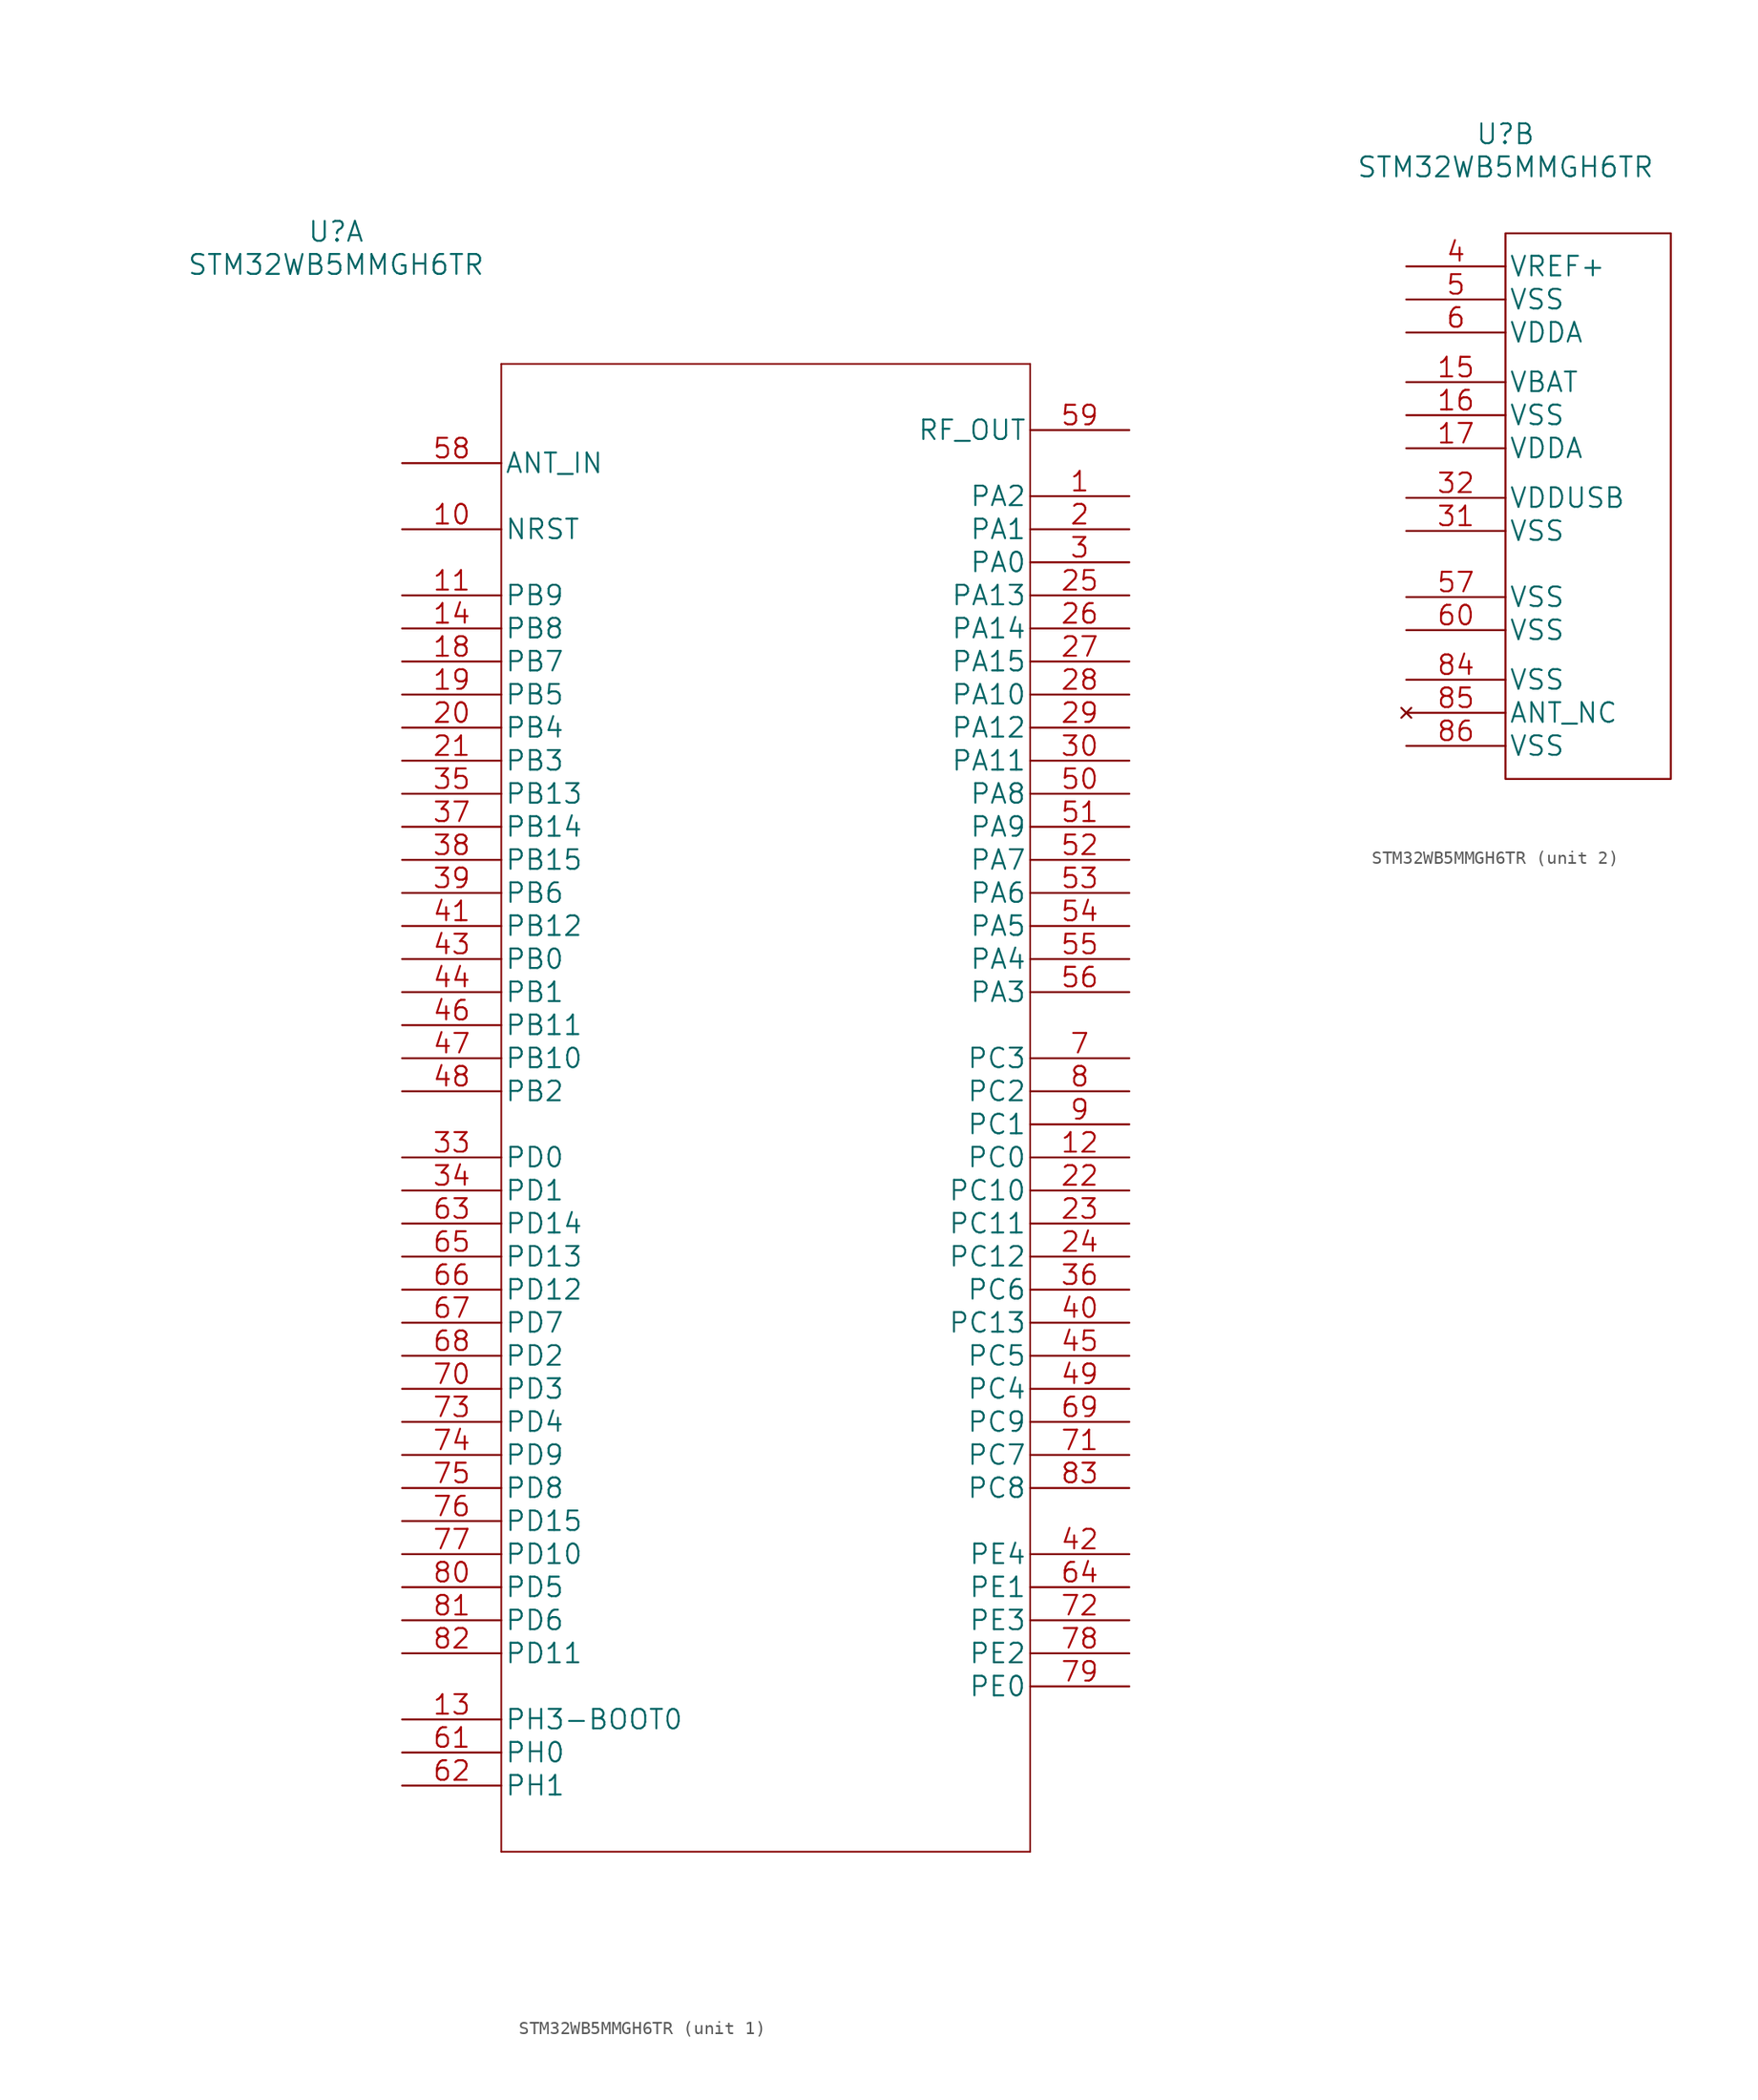
<source format=kicad_sym>
(kicad_symbol_lib
  (version 20211014)
  (generator kicad_symbol_editor)
  (symbol "STM32WB5MMGH6TR"
    (pin_names
      (offset 0.254))
    (property "Reference" "U"
      (at -5.08 17.78 0)
      (effects (font (size 1.524 1.524))))
    (property "Value" "STM32WB5MMGH6TR"
      (at -5.08 15.24 0)
      (effects (font (size 1.524 1.524))))
    (property "Datasheet" ""
      (at -19.05 5.08 0)
      (effects (font (size 1.524 1.524))))
    (property "ki_locked" ""
      (at 0 0 0)
      (effects (font (size 1.27 1.27))))
    (symbol "STM32WB5MMGH6TR_1_1"
      (polyline (pts (xy 7.62 -106.68) (xy 48.26 -106.68)) (stroke (width 0.127) (type default) (color 0 0 0 0)) (fill (type none)))
      (polyline (pts (xy 7.62 7.62) (xy 7.62 -106.68)) (stroke (width 0.127) (type default) (color 0 0 0 0)) (fill (type none)))
      (polyline (pts (xy 48.26 -106.68) (xy 48.26 7.62)) (stroke (width 0.127) (type default) (color 0 0 0 0)) (fill (type none)))
      (polyline (pts (xy 48.26 7.62) (xy 7.62 7.62)) (stroke (width 0.127) (type default) (color 0 0 0 0)) (fill (type none)))
      (pin bidirectional line (at 55.88 -2.54 180) (length 7.62) (name "PA2" (effects (font (size 1.499 1.499)))) (number "1" (effects (font (size 1.499 1.499)))))
      (pin bidirectional line (at 0 -5.08 0) (length 7.62) (name "NRST" (effects (font (size 1.499 1.499)))) (number "10" (effects (font (size 1.499 1.499)))))
      (pin bidirectional line (at 0 -10.16 0) (length 7.62) (name "PB9" (effects (font (size 1.499 1.499)))) (number "11" (effects (font (size 1.499 1.499)))))
      (pin bidirectional line (at 55.88 -53.34 180) (length 7.62) (name "PC0" (effects (font (size 1.499 1.499)))) (number "12" (effects (font (size 1.499 1.499)))))
      (pin bidirectional line (at 0 -96.52 0) (length 7.62) (name "PH3-BOOT0" (effects (font (size 1.499 1.499)))) (number "13" (effects (font (size 1.499 1.499)))))
      (pin bidirectional line (at 0 -12.7 0) (length 7.62) (name "PB8" (effects (font (size 1.499 1.499)))) (number "14" (effects (font (size 1.499 1.499)))))
      (pin bidirectional line (at 0 -15.24 0) (length 7.62) (name "PB7" (effects (font (size 1.499 1.499)))) (number "18" (effects (font (size 1.499 1.499)))))
      (pin bidirectional line (at 0 -17.78 0) (length 7.62) (name "PB5" (effects (font (size 1.499 1.499)))) (number "19" (effects (font (size 1.499 1.499)))))
      (pin bidirectional line (at 55.88 -5.08 180) (length 7.62) (name "PA1" (effects (font (size 1.499 1.499)))) (number "2" (effects (font (size 1.499 1.499)))))
      (pin bidirectional line (at 0 -20.32 0) (length 7.62) (name "PB4" (effects (font (size 1.499 1.499)))) (number "20" (effects (font (size 1.499 1.499)))))
      (pin bidirectional line (at 0 -22.86 0) (length 7.62) (name "PB3" (effects (font (size 1.499 1.499)))) (number "21" (effects (font (size 1.499 1.499)))))
      (pin bidirectional line (at 55.88 -55.88 180) (length 7.62) (name "PC10" (effects (font (size 1.499 1.499)))) (number "22" (effects (font (size 1.499 1.499)))))
      (pin bidirectional line (at 55.88 -58.42 180) (length 7.62) (name "PC11" (effects (font (size 1.499 1.499)))) (number "23" (effects (font (size 1.499 1.499)))))
      (pin bidirectional line (at 55.88 -60.96 180) (length 7.62) (name "PC12" (effects (font (size 1.499 1.499)))) (number "24" (effects (font (size 1.499 1.499)))))
      (pin bidirectional line (at 55.88 -10.16 180) (length 7.62) (name "PA13" (effects (font (size 1.499 1.499)))) (number "25" (effects (font (size 1.499 1.499)))))
      (pin bidirectional line (at 55.88 -12.7 180) (length 7.62) (name "PA14" (effects (font (size 1.499 1.499)))) (number "26" (effects (font (size 1.499 1.499)))))
      (pin bidirectional line (at 55.88 -15.24 180) (length 7.62) (name "PA15" (effects (font (size 1.499 1.499)))) (number "27" (effects (font (size 1.499 1.499)))))
      (pin bidirectional line (at 55.88 -17.78 180) (length 7.62) (name "PA10" (effects (font (size 1.499 1.499)))) (number "28" (effects (font (size 1.499 1.499)))))
      (pin bidirectional line (at 55.88 -20.32 180) (length 7.62) (name "PA12" (effects (font (size 1.499 1.499)))) (number "29" (effects (font (size 1.499 1.499)))))
      (pin bidirectional line (at 55.88 -7.62 180) (length 7.62) (name "PA0" (effects (font (size 1.499 1.499)))) (number "3" (effects (font (size 1.499 1.499)))))
      (pin bidirectional line (at 55.88 -22.86 180) (length 7.62) (name "PA11" (effects (font (size 1.499 1.499)))) (number "30" (effects (font (size 1.499 1.499)))))
      (pin bidirectional line (at 0 -53.34 0) (length 7.62) (name "PD0" (effects (font (size 1.499 1.499)))) (number "33" (effects (font (size 1.499 1.499)))))
      (pin bidirectional line (at 0 -55.88 0) (length 7.62) (name "PD1" (effects (font (size 1.499 1.499)))) (number "34" (effects (font (size 1.499 1.499)))))
      (pin bidirectional line (at 0 -25.4 0) (length 7.62) (name "PB13" (effects (font (size 1.499 1.499)))) (number "35" (effects (font (size 1.499 1.499)))))
      (pin bidirectional line (at 55.88 -63.5 180) (length 7.62) (name "PC6" (effects (font (size 1.499 1.499)))) (number "36" (effects (font (size 1.499 1.499)))))
      (pin bidirectional line (at 0 -27.94 0) (length 7.62) (name "PB14" (effects (font (size 1.499 1.499)))) (number "37" (effects (font (size 1.499 1.499)))))
      (pin bidirectional line (at 0 -30.48 0) (length 7.62) (name "PB15" (effects (font (size 1.499 1.499)))) (number "38" (effects (font (size 1.499 1.499)))))
      (pin bidirectional line (at 0 -33.02 0) (length 7.62) (name "PB6" (effects (font (size 1.499 1.499)))) (number "39" (effects (font (size 1.499 1.499)))))
      (pin bidirectional line (at 55.88 -66.04 180) (length 7.62) (name "PC13" (effects (font (size 1.499 1.499)))) (number "40" (effects (font (size 1.499 1.499)))))
      (pin bidirectional line (at 0 -35.56 0) (length 7.62) (name "PB12" (effects (font (size 1.499 1.499)))) (number "41" (effects (font (size 1.499 1.499)))))
      (pin bidirectional line (at 55.88 -83.82 180) (length 7.62) (name "PE4" (effects (font (size 1.499 1.499)))) (number "42" (effects (font (size 1.499 1.499)))))
      (pin bidirectional line (at 0 -38.1 0) (length 7.62) (name "PB0" (effects (font (size 1.499 1.499)))) (number "43" (effects (font (size 1.499 1.499)))))
      (pin bidirectional line (at 0 -40.64 0) (length 7.62) (name "PB1" (effects (font (size 1.499 1.499)))) (number "44" (effects (font (size 1.499 1.499)))))
      (pin bidirectional line (at 55.88 -68.58 180) (length 7.62) (name "PC5" (effects (font (size 1.499 1.499)))) (number "45" (effects (font (size 1.499 1.499)))))
      (pin bidirectional line (at 0 -43.18 0) (length 7.62) (name "PB11" (effects (font (size 1.499 1.499)))) (number "46" (effects (font (size 1.499 1.499)))))
      (pin bidirectional line (at 0 -45.72 0) (length 7.62) (name "PB10" (effects (font (size 1.499 1.499)))) (number "47" (effects (font (size 1.499 1.499)))))
      (pin bidirectional line (at 0 -48.26 0) (length 7.62) (name "PB2" (effects (font (size 1.499 1.499)))) (number "48" (effects (font (size 1.499 1.499)))))
      (pin bidirectional line (at 55.88 -71.12 180) (length 7.62) (name "PC4" (effects (font (size 1.499 1.499)))) (number "49" (effects (font (size 1.499 1.499)))))
      (pin bidirectional line (at 55.88 -25.4 180) (length 7.62) (name "PA8" (effects (font (size 1.499 1.499)))) (number "50" (effects (font (size 1.499 1.499)))))
      (pin bidirectional line (at 55.88 -27.94 180) (length 7.62) (name "PA9" (effects (font (size 1.499 1.499)))) (number "51" (effects (font (size 1.499 1.499)))))
      (pin bidirectional line (at 55.88 -30.48 180) (length 7.62) (name "PA7" (effects (font (size 1.499 1.499)))) (number "52" (effects (font (size 1.499 1.499)))))
      (pin bidirectional line (at 55.88 -33.02 180) (length 7.62) (name "PA6" (effects (font (size 1.499 1.499)))) (number "53" (effects (font (size 1.499 1.499)))))
      (pin bidirectional line (at 55.88 -35.56 180) (length 7.62) (name "PA5" (effects (font (size 1.499 1.499)))) (number "54" (effects (font (size 1.499 1.499)))))
      (pin bidirectional line (at 55.88 -38.1 180) (length 7.62) (name "PA4" (effects (font (size 1.499 1.499)))) (number "55" (effects (font (size 1.499 1.499)))))
      (pin bidirectional line (at 55.88 -40.64 180) (length 7.62) (name "PA3" (effects (font (size 1.499 1.499)))) (number "56" (effects (font (size 1.499 1.499)))))
      (pin input line (at 0 0 0) (length 7.62) (name "ANT_IN" (effects (font (size 1.499 1.499)))) (number "58" (effects (font (size 1.499 1.499)))))
      (pin output line (at 55.88 2.54 180) (length 7.62) (name "RF_OUT" (effects (font (size 1.499 1.499)))) (number "59" (effects (font (size 1.499 1.499)))))
      (pin bidirectional line (at 0 -99.06 0) (length 7.62) (name "PH0" (effects (font (size 1.499 1.499)))) (number "61" (effects (font (size 1.499 1.499)))))
      (pin bidirectional line (at 0 -101.6 0) (length 7.62) (name "PH1" (effects (font (size 1.499 1.499)))) (number "62" (effects (font (size 1.499 1.499)))))
      (pin bidirectional line (at 0 -58.42 0) (length 7.62) (name "PD14" (effects (font (size 1.499 1.499)))) (number "63" (effects (font (size 1.499 1.499)))))
      (pin bidirectional line (at 55.88 -86.36 180) (length 7.62) (name "PE1" (effects (font (size 1.499 1.499)))) (number "64" (effects (font (size 1.499 1.499)))))
      (pin bidirectional line (at 0 -60.96 0) (length 7.62) (name "PD13" (effects (font (size 1.499 1.499)))) (number "65" (effects (font (size 1.499 1.499)))))
      (pin bidirectional line (at 0 -63.5 0) (length 7.62) (name "PD12" (effects (font (size 1.499 1.499)))) (number "66" (effects (font (size 1.499 1.499)))))
      (pin bidirectional line (at 0 -66.04 0) (length 7.62) (name "PD7" (effects (font (size 1.499 1.499)))) (number "67" (effects (font (size 1.499 1.499)))))
      (pin bidirectional line (at 0 -68.58 0) (length 7.62) (name "PD2" (effects (font (size 1.499 1.499)))) (number "68" (effects (font (size 1.499 1.499)))))
      (pin bidirectional line (at 55.88 -73.66 180) (length 7.62) (name "PC9" (effects (font (size 1.499 1.499)))) (number "69" (effects (font (size 1.499 1.499)))))
      (pin bidirectional line (at 55.88 -45.72 180) (length 7.62) (name "PC3" (effects (font (size 1.499 1.499)))) (number "7" (effects (font (size 1.499 1.499)))))
      (pin bidirectional line (at 0 -71.12 0) (length 7.62) (name "PD3" (effects (font (size 1.499 1.499)))) (number "70" (effects (font (size 1.499 1.499)))))
      (pin bidirectional line (at 55.88 -76.2 180) (length 7.62) (name "PC7" (effects (font (size 1.499 1.499)))) (number "71" (effects (font (size 1.499 1.499)))))
      (pin bidirectional line (at 55.88 -88.9 180) (length 7.62) (name "PE3" (effects (font (size 1.499 1.499)))) (number "72" (effects (font (size 1.499 1.499)))))
      (pin bidirectional line (at 0 -73.66 0) (length 7.62) (name "PD4" (effects (font (size 1.499 1.499)))) (number "73" (effects (font (size 1.499 1.499)))))
      (pin bidirectional line (at 0 -76.2 0) (length 7.62) (name "PD9" (effects (font (size 1.499 1.499)))) (number "74" (effects (font (size 1.499 1.499)))))
      (pin bidirectional line (at 0 -78.74 0) (length 7.62) (name "PD8" (effects (font (size 1.499 1.499)))) (number "75" (effects (font (size 1.499 1.499)))))
      (pin bidirectional line (at 0 -81.28 0) (length 7.62) (name "PD15" (effects (font (size 1.499 1.499)))) (number "76" (effects (font (size 1.499 1.499)))))
      (pin bidirectional line (at 0 -83.82 0) (length 7.62) (name "PD10" (effects (font (size 1.499 1.499)))) (number "77" (effects (font (size 1.499 1.499)))))
      (pin bidirectional line (at 55.88 -91.44 180) (length 7.62) (name "PE2" (effects (font (size 1.499 1.499)))) (number "78" (effects (font (size 1.499 1.499)))))
      (pin bidirectional line (at 55.88 -93.98 180) (length 7.62) (name "PE0" (effects (font (size 1.499 1.499)))) (number "79" (effects (font (size 1.499 1.499)))))
      (pin bidirectional line (at 55.88 -48.26 180) (length 7.62) (name "PC2" (effects (font (size 1.499 1.499)))) (number "8" (effects (font (size 1.499 1.499)))))
      (pin bidirectional line (at 0 -86.36 0) (length 7.62) (name "PD5" (effects (font (size 1.499 1.499)))) (number "80" (effects (font (size 1.499 1.499)))))
      (pin bidirectional line (at 0 -88.9 0) (length 7.62) (name "PD6" (effects (font (size 1.499 1.499)))) (number "81" (effects (font (size 1.499 1.499)))))
      (pin bidirectional line (at 0 -91.44 0) (length 7.62) (name "PD11" (effects (font (size 1.499 1.499)))) (number "82" (effects (font (size 1.499 1.499)))))
      (pin bidirectional line (at 55.88 -78.74 180) (length 7.62) (name "PC8" (effects (font (size 1.499 1.499)))) (number "83" (effects (font (size 1.499 1.499)))))
      (pin bidirectional line (at 55.88 -50.8 180) (length 7.62) (name "PC1" (effects (font (size 1.499 1.499)))) (number "9" (effects (font (size 1.499 1.499))))))
    (symbol "STM32WB5MMGH6TR_2_1"
      (rectangle (start -5.08 -31.75) (end 7.62 10.16) (stroke (width 0) (type default) (color 0 0 0 0)) (fill (type none)))
      (pin power_in line (at -12.7 -1.27 0) (length 7.62) (name "VBAT" (effects (font (size 1.499 1.499)))) (number "15" (effects (font (size 1.499 1.499)))))
      (pin power_in line (at -12.7 -3.81 0) (length 7.62) (name "VSS" (effects (font (size 1.499 1.499)))) (number "16" (effects (font (size 1.499 1.499)))))
      (pin power_in line (at -12.7 -6.35 0) (length 7.62) (name "VDDA" (effects (font (size 1.499 1.499)))) (number "17" (effects (font (size 1.499 1.499)))))
      (pin power_in line (at -12.7 -12.7 0) (length 7.62) (name "VSS" (effects (font (size 1.499 1.499)))) (number "31" (effects (font (size 1.499 1.499)))))
      (pin power_in line (at -12.7 -10.16 0) (length 7.62) (name "VDDUSB" (effects (font (size 1.499 1.499)))) (number "32" (effects (font (size 1.499 1.499)))))
      (pin power_in line (at -12.7 7.62 0) (length 7.62) (name "VREF+" (effects (font (size 1.499 1.499)))) (number "4" (effects (font (size 1.499 1.499)))))
      (pin power_in line (at -12.7 5.08 0) (length 7.62) (name "VSS" (effects (font (size 1.499 1.499)))) (number "5" (effects (font (size 1.499 1.499)))))
      (pin power_in line (at -12.7 -17.78 0) (length 7.62) (name "VSS" (effects (font (size 1.499 1.499)))) (number "57" (effects (font (size 1.499 1.499)))))
      (pin power_in line (at -12.7 2.54 0) (length 7.62) (name "VDDA" (effects (font (size 1.499 1.499)))) (number "6" (effects (font (size 1.499 1.499)))))
      (pin power_in line (at -12.7 -20.32 0) (length 7.62) (name "VSS" (effects (font (size 1.499 1.499)))) (number "60" (effects (font (size 1.499 1.499)))))
      (pin power_in line (at -12.7 -24.13 0) (length 7.62) (name "VSS" (effects (font (size 1.499 1.499)))) (number "84" (effects (font (size 1.499 1.499)))))
      (pin no_connect line (at -12.7 -26.67 0) (length 7.62) (name "ANT_NC" (effects (font (size 1.499 1.499)))) (number "85" (effects (font (size 1.499 1.499)))))
      (pin power_in line (at -12.7 -29.21 0) (length 7.62) (name "VSS" (effects (font (size 1.499 1.499)))) (number "86" (effects (font (size 1.499 1.499))))))))
</source>
